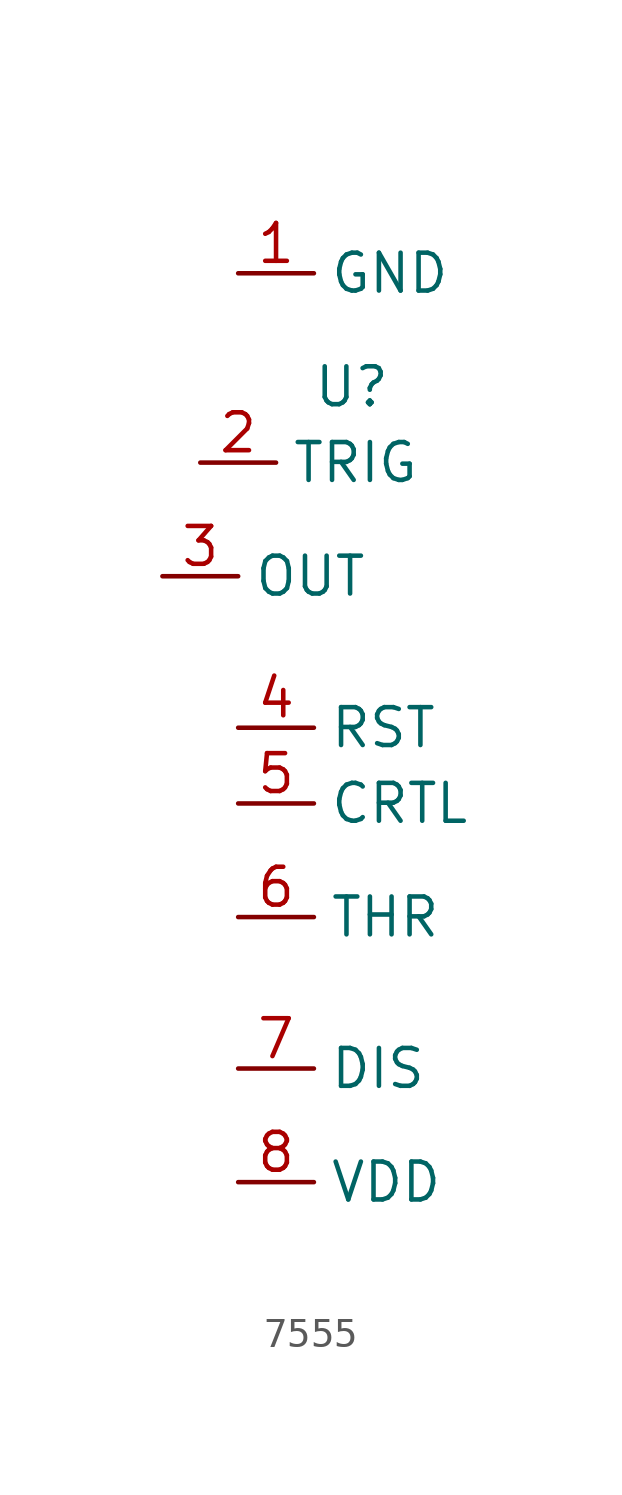
<source format=kicad_sym>
(kicad_symbol_lib
  (version 20241209)
  (generator "kicad_symbol_editor")
  (generator_version "9.0")
  (symbol "7555"
    (property "Reference" "U"
      (at 0 0 0)
      (effects (font (size 1.27 1.27))))
    (property "Value" ""
      (at 0 0 0)
      (effects (font (size 1.27 1.27))))
    (symbol "7555_1_0"
      (pin input line (at -6.35 -6.35 0) (length 2.54) (name "OUT" (effects (font (size 1.27 1.27)))) (number "3" (effects (font (size 1.27 1.27)))))
      (pin input line (at -5.08 -2.54 0) (length 2.54) (name "TRIG" (effects (font (size 1.27 1.27)))) (number "2" (effects (font (size 1.27 1.27)))))
      (pin input line (at -3.81 -11.43 0) (length 2.54) (name "RST" (effects (font (size 1.27 1.27)))) (number "4" (effects (font (size 1.27 1.27)))))
      (pin input line (at -3.81 -13.97 0) (length 2.54) (name "CRTL" (effects (font (size 1.27 1.27)))) (number "5" (effects (font (size 1.27 1.27)))))
      (pin input line (at -3.81 -17.78 0) (length 2.54) (name "THR" (effects (font (size 1.27 1.27)))) (number "6" (effects (font (size 1.27 1.27)))))
      (pin input line (at -3.81 -22.86 0) (length 2.54) (name "DIS" (effects (font (size 1.27 1.27)))) (number "7" (effects (font (size 1.27 1.27)))))
      (pin input line (at -3.81 -26.67 0) (length 2.54) (name "VDD" (effects (font (size 1.27 1.27)))) (number "8" (effects (font (size 1.27 1.27))))))
    (symbol "7555_1_1"
      (pin input line (at -3.81 3.81 0) (length 2.54) (name "GND" (effects (font (size 1.27 1.27)))) (number "1" (effects (font (size 1.27 1.27))))))))
</source>
